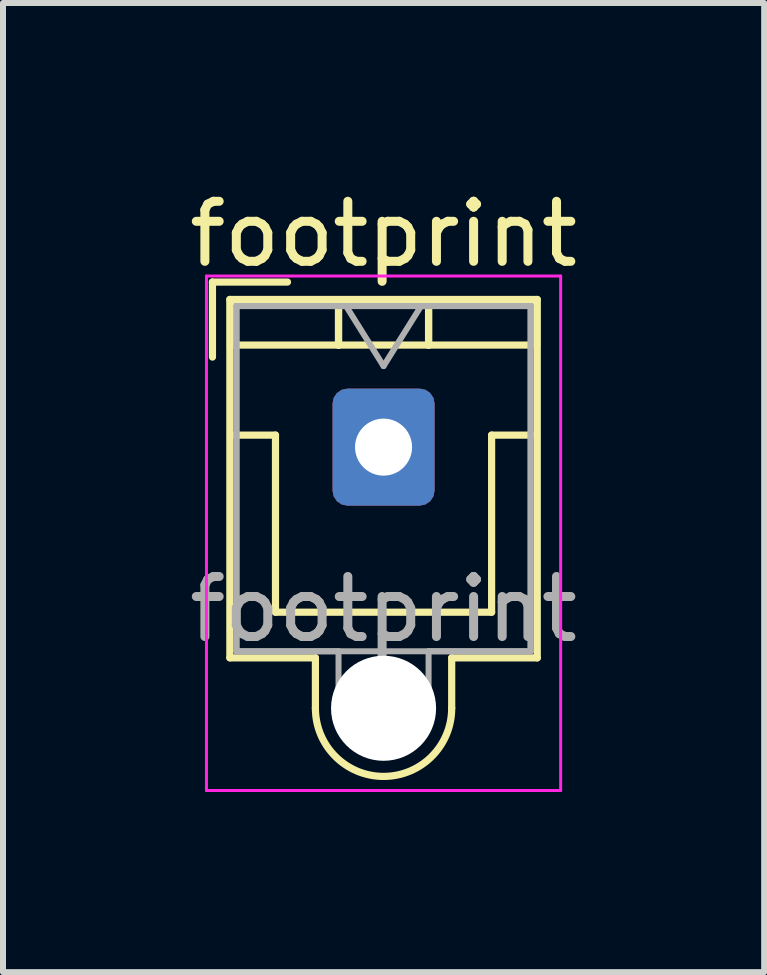
<source format=kicad_pcb>
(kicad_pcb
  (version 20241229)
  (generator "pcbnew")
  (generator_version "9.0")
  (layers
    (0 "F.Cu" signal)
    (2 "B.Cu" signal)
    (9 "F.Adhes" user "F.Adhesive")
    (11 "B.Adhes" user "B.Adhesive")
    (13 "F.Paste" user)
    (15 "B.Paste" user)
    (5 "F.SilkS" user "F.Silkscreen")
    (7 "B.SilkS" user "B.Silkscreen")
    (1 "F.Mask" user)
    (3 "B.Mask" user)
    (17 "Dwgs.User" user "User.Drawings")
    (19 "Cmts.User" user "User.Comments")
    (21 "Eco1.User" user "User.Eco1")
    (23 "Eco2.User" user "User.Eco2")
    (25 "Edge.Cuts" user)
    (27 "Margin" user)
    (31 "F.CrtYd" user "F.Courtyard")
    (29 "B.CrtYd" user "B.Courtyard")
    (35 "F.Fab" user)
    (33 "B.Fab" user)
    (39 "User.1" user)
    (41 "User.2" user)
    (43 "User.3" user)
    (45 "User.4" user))
  (footprint "footprint"
    (layer "F.Cu")
    (at 3.339 4.398)
    (property "Reference" "footprint" (at 0 -3.55 0) (layer "F.SilkS") (effects (font (size 1 1) (thickness 0.15))))
    (attr through_hole)
    (fp_line (start -2.85 -2.75) (end -2.85 -1.5) (stroke (width 0.12) (type solid)) (layer "F.SilkS"))
    (fp_line (start -2.56 -2.46) (end 2.56 -2.46) (stroke (width 0.12) (type solid)) (layer "F.SilkS"))
    (fp_line (start -2.56 3.51) (end -2.56 -2.46) (stroke (width 0.12) (type solid)) (layer "F.SilkS"))
    (fp_line (start -2.55 -2.45) (end -2.55 -1.7) (stroke (width 0.12) (type solid)) (layer "F.SilkS"))
    (fp_line (start -2.55 -1.7) (end -0.75 -1.7) (stroke (width 0.12) (type solid)) (layer "F.SilkS"))
    (fp_line (start -2.55 -0.2) (end -1.8 -0.2) (stroke (width 0.12) (type solid)) (layer "F.SilkS"))
    (fp_line (start -1.8 -0.2) (end -1.8 2.75) (stroke (width 0.12) (type solid)) (layer "F.SilkS"))
    (fp_line (start -1.8 2.75) (end 0 2.75) (stroke (width 0.12) (type solid)) (layer "F.SilkS"))
    (fp_line (start -1.6 -2.75) (end -2.85 -2.75) (stroke (width 0.12) (type solid)) (layer "F.SilkS"))
    (fp_line (start -1.135 3.51) (end -2.56 3.51) (stroke (width 0.12) (type solid)) (layer "F.SilkS"))
    (fp_line (start -1.135 4.35) (end -1.135 3.51) (stroke (width 0.12) (type solid)) (layer "F.SilkS"))
    (fp_line (start -0.75 -2.45) (end -2.55 -2.45) (stroke (width 0.12) (type solid)) (layer "F.SilkS"))
    (fp_line (start -0.75 -2.45) (end 0.75 -2.45) (stroke (width 0.12) (type solid)) (layer "F.SilkS"))
    (fp_line (start -0.75 -1.7) (end -0.75 -2.45) (stroke (width 0.12) (type solid)) (layer "F.SilkS"))
    (fp_line (start -0.75 -1.7) (end -0.75 -2.45) (stroke (width 0.12) (type solid)) (layer "F.SilkS"))
    (fp_line (start 0.75 -2.45) (end 0.75 -1.7) (stroke (width 0.12) (type solid)) (layer "F.SilkS"))
    (fp_line (start 0.75 -2.45) (end 0.75 -1.7) (stroke (width 0.12) (type solid)) (layer "F.SilkS"))
    (fp_line (start 0.75 -1.7) (end -0.75 -1.7) (stroke (width 0.12) (type solid)) (layer "F.SilkS"))
    (fp_line (start 0.75 -1.7) (end 2.55 -1.7) (stroke (width 0.12) (type solid)) (layer "F.SilkS"))
    (fp_line (start 1.135 3.51) (end 1.135 4.35) (stroke (width 0.12) (type solid)) (layer "F.SilkS"))
    (fp_line (start 1.8 -0.2) (end 1.8 2.75) (stroke (width 0.12) (type solid)) (layer "F.SilkS"))
    (fp_line (start 1.8 2.75) (end 0 2.75) (stroke (width 0.12) (type solid)) (layer "F.SilkS"))
    (fp_line (start 2.55 -2.45) (end 0.75 -2.45) (stroke (width 0.12) (type solid)) (layer "F.SilkS"))
    (fp_line (start 2.55 -1.7) (end 2.55 -2.45) (stroke (width 0.12) (type solid)) (layer "F.SilkS"))
    (fp_line (start 2.55 -0.2) (end 1.8 -0.2) (stroke (width 0.12) (type solid)) (layer "F.SilkS"))
    (fp_line (start 2.56 -2.46) (end 2.56 3.51) (stroke (width 0.12) (type solid)) (layer "F.SilkS"))
    (fp_line (start 2.56 3.51) (end 1.135 3.51) (stroke (width 0.12) (type solid)) (layer "F.SilkS"))
    (fp_arc (start 1.135 4.35) (mid 0 5.485) (end -1.135 4.35) (stroke (width 0.12) (type solid)) (layer "F.SilkS"))
    (fp_line (start -2.95 -2.85) (end -2.95 5.72) (stroke (width 0.05) (type solid)) (layer "F.CrtYd"))
    (fp_line (start -2.95 5.72) (end 2.95 5.72) (stroke (width 0.05) (type solid)) (layer "F.CrtYd"))
    (fp_line (start 2.95 -2.85) (end -2.95 -2.85) (stroke (width 0.05) (type solid)) (layer "F.CrtYd"))
    (fp_line (start 2.95 5.72) (end 2.95 -2.85) (stroke (width 0.05) (type solid)) (layer "F.CrtYd"))
    (fp_line (start -2.45 -2.35) (end -2.45 3.4) (stroke (width 0.1) (type solid)) (layer "F.Fab"))
    (fp_line (start -2.45 -2.35) (end 2.45 -2.35) (stroke (width 0.1) (type solid)) (layer "F.Fab"))
    (fp_line (start -2.45 3.4) (end -2.45 -2.35) (stroke (width 0.1) (type solid)) (layer "F.Fab"))
    (fp_line (start -2.45 3.4) (end 2.45 3.4) (stroke (width 0.1) (type solid)) (layer "F.Fab"))
    (fp_line (start -0.75 3.4) (end -2.45 3.4) (stroke (width 0.1) (type solid)) (layer "F.Fab"))
    (fp_line (start -0.75 4.35) (end -0.75 3.4) (stroke (width 0.1) (type solid)) (layer "F.Fab"))
    (fp_line (start -0.625 -2.35) (end 0 -1.35) (stroke (width 0.1) (type solid)) (layer "F.Fab"))
    (fp_line (start 0 -1.35) (end 0.625 -2.35) (stroke (width 0.1) (type solid)) (layer "F.Fab"))
    (fp_line (start 0.75 3.4) (end 0.75 4.35) (stroke (width 0.1) (type solid)) (layer "F.Fab"))
    (fp_line (start 2.45 -2.35) (end -2.45 -2.35) (stroke (width 0.1) (type solid)) (layer "F.Fab"))
    (fp_line (start 2.45 -2.35) (end 2.45 3.4) (stroke (width 0.1) (type solid)) (layer "F.Fab"))
    (fp_line (start 2.45 3.4) (end 0.75 3.4) (stroke (width 0.1) (type solid)) (layer "F.Fab"))
    (fp_line (start 2.45 3.4) (end 2.45 -2.35) (stroke (width 0.1) (type solid)) (layer "F.Fab"))
    (fp_arc (start 0.75 4.35) (mid 0 5.1) (end -0.75 4.35) (stroke (width 0.1) (type solid)) (layer "F.Fab"))
    (fp_text user "${REFERENCE}" (at 0 2.7 0) (layer "F.Fab") (effects (font (size 1 1) (thickness 0.15))))
    (pad "" np_thru_hole circle (at 0 4.35) (size 1.75 1.75) (drill 1.75) (layers "*.Cu" "*.Mask"))
    (pad "1" thru_hole roundrect (at 0 0) (size 1.7 1.95) (drill 0.95) (layers "*.Cu" "*.Mask") (roundrect_rratio 0.147)))
  (gr_rect
    (start -3 -3)
    (end 9.679 13.143)
    (stroke (width 0.1) (type default))
    (fill no)
    (layer "Edge.Cuts")))
</source>
